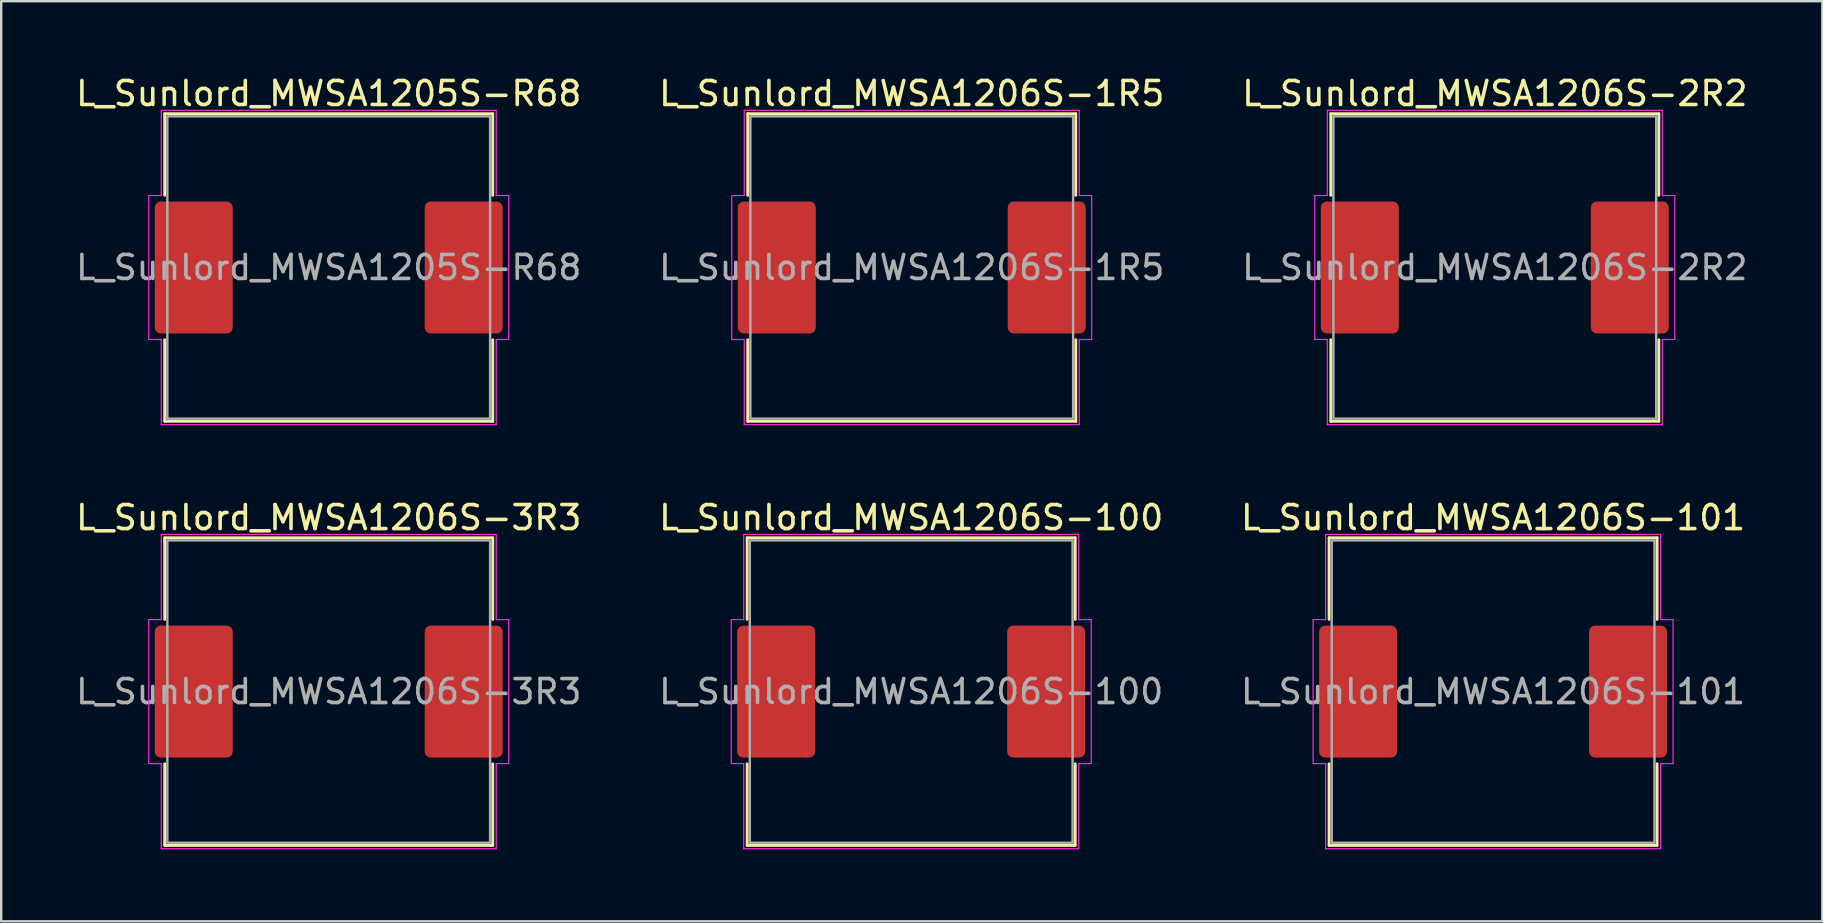
<source format=kicad_pcb>
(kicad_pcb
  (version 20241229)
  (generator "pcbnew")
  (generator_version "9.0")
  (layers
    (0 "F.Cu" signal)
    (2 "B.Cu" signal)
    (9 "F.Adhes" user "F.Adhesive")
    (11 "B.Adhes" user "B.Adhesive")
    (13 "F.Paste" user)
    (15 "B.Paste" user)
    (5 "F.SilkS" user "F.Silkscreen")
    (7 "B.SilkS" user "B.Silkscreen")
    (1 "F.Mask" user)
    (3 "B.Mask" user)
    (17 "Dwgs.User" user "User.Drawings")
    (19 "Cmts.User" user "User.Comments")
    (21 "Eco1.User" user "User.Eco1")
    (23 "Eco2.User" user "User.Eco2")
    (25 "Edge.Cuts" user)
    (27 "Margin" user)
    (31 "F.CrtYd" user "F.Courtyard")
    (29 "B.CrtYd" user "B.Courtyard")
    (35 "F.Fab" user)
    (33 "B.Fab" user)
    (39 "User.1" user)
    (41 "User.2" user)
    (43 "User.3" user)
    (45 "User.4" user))
  (footprint "L_Sunlord_MWSA1206S-1R5"
    (layer "F.Cu")
    (at 34.946 8.098)
    (property "Reference" "L_Sunlord_MWSA1206S-1R5" (at 0 -7.25 0) (layer "F.SilkS") (effects (font (size 1 1) (thickness 0.15))))
    (attr smd)
    (fp_line (start -6.835 -6.41) (end 6.835 -6.41) (stroke (width 0.12) (type solid)) (layer "F.SilkS"))
    (fp_line (start -6.835 -3.01) (end -6.835 -6.41) (stroke (width 0.12) (type solid)) (layer "F.SilkS"))
    (fp_line (start -6.835 6.41) (end -6.835 3.01) (stroke (width 0.12) (type solid)) (layer "F.SilkS"))
    (fp_line (start 6.835 -6.41) (end 6.835 -3.01) (stroke (width 0.12) (type solid)) (layer "F.SilkS"))
    (fp_line (start 6.835 3.01) (end 6.835 6.41) (stroke (width 0.12) (type solid)) (layer "F.SilkS"))
    (fp_line (start 6.835 6.41) (end -6.835 6.41) (stroke (width 0.12) (type solid)) (layer "F.SilkS"))
    (fp_line (start -7.5 -3) (end -6.98 -3) (stroke (width 0.05) (type solid)) (layer "F.CrtYd"))
    (fp_line (start -7.5 3) (end -7.5 -3) (stroke (width 0.05) (type solid)) (layer "F.CrtYd"))
    (fp_line (start -6.98 -6.55) (end 6.98 -6.55) (stroke (width 0.05) (type solid)) (layer "F.CrtYd"))
    (fp_line (start -6.98 -3) (end -6.98 -6.55) (stroke (width 0.05) (type solid)) (layer "F.CrtYd"))
    (fp_line (start -6.98 3) (end -7.5 3) (stroke (width 0.05) (type solid)) (layer "F.CrtYd"))
    (fp_line (start -6.98 6.55) (end -6.98 3) (stroke (width 0.05) (type solid)) (layer "F.CrtYd"))
    (fp_line (start 6.98 -6.55) (end 6.98 -3) (stroke (width 0.05) (type solid)) (layer "F.CrtYd"))
    (fp_line (start 6.98 -3) (end 7.5 -3) (stroke (width 0.05) (type solid)) (layer "F.CrtYd"))
    (fp_line (start 6.98 3) (end 6.98 6.55) (stroke (width 0.05) (type solid)) (layer "F.CrtYd"))
    (fp_line (start 6.98 6.55) (end -6.98 6.55) (stroke (width 0.05) (type solid)) (layer "F.CrtYd"))
    (fp_line (start 7.5 -3) (end 7.5 3) (stroke (width 0.05) (type solid)) (layer "F.CrtYd"))
    (fp_line (start 7.5 3) (end 6.98 3) (stroke (width 0.05) (type solid)) (layer "F.CrtYd"))
    (fp_rect (start -6.725 -6.3) (end 6.725 6.3) (stroke (width 0.1) (type solid)) (fill no) (layer "F.Fab"))
    (fp_text user "${REFERENCE}" (at 0 0 0) (layer "F.Fab") (effects (font (size 1 1) (thickness 0.15))))
    (pad "1" smd roundrect (at -5.625 0) (size 3.25 5.5) (layers "F.Cu" "F.Mask" "F.Paste") (roundrect_rratio 0.077))
    (pad "2" smd roundrect (at 5.625 0) (size 3.25 5.5) (layers "F.Cu" "F.Mask" "F.Paste") (roundrect_rratio 0.077)))
  (footprint "L_Sunlord_MWSA1206S-100"
    (layer "F.Cu")
    (at 34.923 25.771)
    (property "Reference" "L_Sunlord_MWSA1206S-100" (at 0 -7.25 0) (layer "F.SilkS") (effects (font (size 1 1) (thickness 0.15))))
    (attr smd)
    (fp_line (start -6.835 -6.41) (end 6.835 -6.41) (stroke (width 0.12) (type solid)) (layer "F.SilkS"))
    (fp_line (start -6.835 -3.01) (end -6.835 -6.41) (stroke (width 0.12) (type solid)) (layer "F.SilkS"))
    (fp_line (start -6.835 6.41) (end -6.835 3.01) (stroke (width 0.12) (type solid)) (layer "F.SilkS"))
    (fp_line (start 6.835 -6.41) (end 6.835 -3.01) (stroke (width 0.12) (type solid)) (layer "F.SilkS"))
    (fp_line (start 6.835 3.01) (end 6.835 6.41) (stroke (width 0.12) (type solid)) (layer "F.SilkS"))
    (fp_line (start 6.835 6.41) (end -6.835 6.41) (stroke (width 0.12) (type solid)) (layer "F.SilkS"))
    (fp_line (start -7.5 -3) (end -6.98 -3) (stroke (width 0.05) (type solid)) (layer "F.CrtYd"))
    (fp_line (start -7.5 3) (end -7.5 -3) (stroke (width 0.05) (type solid)) (layer "F.CrtYd"))
    (fp_line (start -6.98 -6.55) (end 6.98 -6.55) (stroke (width 0.05) (type solid)) (layer "F.CrtYd"))
    (fp_line (start -6.98 -3) (end -6.98 -6.55) (stroke (width 0.05) (type solid)) (layer "F.CrtYd"))
    (fp_line (start -6.98 3) (end -7.5 3) (stroke (width 0.05) (type solid)) (layer "F.CrtYd"))
    (fp_line (start -6.98 6.55) (end -6.98 3) (stroke (width 0.05) (type solid)) (layer "F.CrtYd"))
    (fp_line (start 6.98 -6.55) (end 6.98 -3) (stroke (width 0.05) (type solid)) (layer "F.CrtYd"))
    (fp_line (start 6.98 -3) (end 7.5 -3) (stroke (width 0.05) (type solid)) (layer "F.CrtYd"))
    (fp_line (start 6.98 3) (end 6.98 6.55) (stroke (width 0.05) (type solid)) (layer "F.CrtYd"))
    (fp_line (start 6.98 6.55) (end -6.98 6.55) (stroke (width 0.05) (type solid)) (layer "F.CrtYd"))
    (fp_line (start 7.5 -3) (end 7.5 3) (stroke (width 0.05) (type solid)) (layer "F.CrtYd"))
    (fp_line (start 7.5 3) (end 6.98 3) (stroke (width 0.05) (type solid)) (layer "F.CrtYd"))
    (fp_rect (start -6.725 -6.3) (end 6.725 6.3) (stroke (width 0.1) (type solid)) (fill no) (layer "F.Fab"))
    (fp_text user "${REFERENCE}" (at 0 0 0) (layer "F.Fab") (effects (font (size 1 1) (thickness 0.15))))
    (pad "1" smd roundrect (at -5.625 0) (size 3.25 5.5) (layers "F.Cu" "F.Mask" "F.Paste") (roundrect_rratio 0.077))
    (pad "2" smd roundrect (at 5.625 0) (size 3.25 5.5) (layers "F.Cu" "F.Mask" "F.Paste") (roundrect_rratio 0.077)))
  (footprint "L_Sunlord_MWSA1206S-101"
    (layer "F.Cu")
    (at 59.173 25.771)
    (property "Reference" "L_Sunlord_MWSA1206S-101" (at 0 -7.25 0) (layer "F.SilkS") (effects (font (size 1 1) (thickness 0.15))))
    (attr smd)
    (fp_line (start -6.835 -6.41) (end 6.835 -6.41) (stroke (width 0.12) (type solid)) (layer "F.SilkS"))
    (fp_line (start -6.835 -3.01) (end -6.835 -6.41) (stroke (width 0.12) (type solid)) (layer "F.SilkS"))
    (fp_line (start -6.835 6.41) (end -6.835 3.01) (stroke (width 0.12) (type solid)) (layer "F.SilkS"))
    (fp_line (start 6.835 -6.41) (end 6.835 -3.01) (stroke (width 0.12) (type solid)) (layer "F.SilkS"))
    (fp_line (start 6.835 3.01) (end 6.835 6.41) (stroke (width 0.12) (type solid)) (layer "F.SilkS"))
    (fp_line (start 6.835 6.41) (end -6.835 6.41) (stroke (width 0.12) (type solid)) (layer "F.SilkS"))
    (fp_line (start -7.5 -3) (end -6.98 -3) (stroke (width 0.05) (type solid)) (layer "F.CrtYd"))
    (fp_line (start -7.5 3) (end -7.5 -3) (stroke (width 0.05) (type solid)) (layer "F.CrtYd"))
    (fp_line (start -6.98 -6.55) (end 6.98 -6.55) (stroke (width 0.05) (type solid)) (layer "F.CrtYd"))
    (fp_line (start -6.98 -3) (end -6.98 -6.55) (stroke (width 0.05) (type solid)) (layer "F.CrtYd"))
    (fp_line (start -6.98 3) (end -7.5 3) (stroke (width 0.05) (type solid)) (layer "F.CrtYd"))
    (fp_line (start -6.98 6.55) (end -6.98 3) (stroke (width 0.05) (type solid)) (layer "F.CrtYd"))
    (fp_line (start 6.98 -6.55) (end 6.98 -3) (stroke (width 0.05) (type solid)) (layer "F.CrtYd"))
    (fp_line (start 6.98 -3) (end 7.5 -3) (stroke (width 0.05) (type solid)) (layer "F.CrtYd"))
    (fp_line (start 6.98 3) (end 6.98 6.55) (stroke (width 0.05) (type solid)) (layer "F.CrtYd"))
    (fp_line (start 6.98 6.55) (end -6.98 6.55) (stroke (width 0.05) (type solid)) (layer "F.CrtYd"))
    (fp_line (start 7.5 -3) (end 7.5 3) (stroke (width 0.05) (type solid)) (layer "F.CrtYd"))
    (fp_line (start 7.5 3) (end 6.98 3) (stroke (width 0.05) (type solid)) (layer "F.CrtYd"))
    (fp_rect (start -6.725 -6.3) (end 6.725 6.3) (stroke (width 0.1) (type solid)) (fill no) (layer "F.Fab"))
    (fp_text user "${REFERENCE}" (at 0 0 0) (layer "F.Fab") (effects (font (size 1 1) (thickness 0.15))))
    (pad "1" smd roundrect (at -5.625 0) (size 3.25 5.5) (layers "F.Cu" "F.Mask" "F.Paste") (roundrect_rratio 0.077))
    (pad "2" smd roundrect (at 5.625 0) (size 3.25 5.5) (layers "F.Cu" "F.Mask" "F.Paste") (roundrect_rratio 0.077)))
  (footprint "L_Sunlord_MWSA1206S-2R2"
    (layer "F.Cu")
    (at 59.244 8.098)
    (property "Reference" "L_Sunlord_MWSA1206S-2R2" (at 0 -7.25 0) (layer "F.SilkS") (effects (font (size 1 1) (thickness 0.15))))
    (attr smd)
    (fp_line (start -6.835 -6.41) (end 6.835 -6.41) (stroke (width 0.12) (type solid)) (layer "F.SilkS"))
    (fp_line (start -6.835 -3.01) (end -6.835 -6.41) (stroke (width 0.12) (type solid)) (layer "F.SilkS"))
    (fp_line (start -6.835 6.41) (end -6.835 3.01) (stroke (width 0.12) (type solid)) (layer "F.SilkS"))
    (fp_line (start 6.835 -6.41) (end 6.835 -3.01) (stroke (width 0.12) (type solid)) (layer "F.SilkS"))
    (fp_line (start 6.835 3.01) (end 6.835 6.41) (stroke (width 0.12) (type solid)) (layer "F.SilkS"))
    (fp_line (start 6.835 6.41) (end -6.835 6.41) (stroke (width 0.12) (type solid)) (layer "F.SilkS"))
    (fp_line (start -7.5 -3) (end -6.98 -3) (stroke (width 0.05) (type solid)) (layer "F.CrtYd"))
    (fp_line (start -7.5 3) (end -7.5 -3) (stroke (width 0.05) (type solid)) (layer "F.CrtYd"))
    (fp_line (start -6.98 -6.55) (end 6.98 -6.55) (stroke (width 0.05) (type solid)) (layer "F.CrtYd"))
    (fp_line (start -6.98 -3) (end -6.98 -6.55) (stroke (width 0.05) (type solid)) (layer "F.CrtYd"))
    (fp_line (start -6.98 3) (end -7.5 3) (stroke (width 0.05) (type solid)) (layer "F.CrtYd"))
    (fp_line (start -6.98 6.55) (end -6.98 3) (stroke (width 0.05) (type solid)) (layer "F.CrtYd"))
    (fp_line (start 6.98 -6.55) (end 6.98 -3) (stroke (width 0.05) (type solid)) (layer "F.CrtYd"))
    (fp_line (start 6.98 -3) (end 7.5 -3) (stroke (width 0.05) (type solid)) (layer "F.CrtYd"))
    (fp_line (start 6.98 3) (end 6.98 6.55) (stroke (width 0.05) (type solid)) (layer "F.CrtYd"))
    (fp_line (start 6.98 6.55) (end -6.98 6.55) (stroke (width 0.05) (type solid)) (layer "F.CrtYd"))
    (fp_line (start 7.5 -3) (end 7.5 3) (stroke (width 0.05) (type solid)) (layer "F.CrtYd"))
    (fp_line (start 7.5 3) (end 6.98 3) (stroke (width 0.05) (type solid)) (layer "F.CrtYd"))
    (fp_rect (start -6.725 -6.3) (end 6.725 6.3) (stroke (width 0.1) (type solid)) (fill no) (layer "F.Fab"))
    (fp_text user "${REFERENCE}" (at 0 0 0) (layer "F.Fab") (effects (font (size 1 1) (thickness 0.15))))
    (pad "1" smd roundrect (at -5.625 0) (size 3.25 5.5) (layers "F.Cu" "F.Mask" "F.Paste") (roundrect_rratio 0.077))
    (pad "2" smd roundrect (at 5.625 0) (size 3.25 5.5) (layers "F.Cu" "F.Mask" "F.Paste") (roundrect_rratio 0.077)))
  (footprint "L_Sunlord_MWSA1205S-R68"
    (layer "F.Cu")
    (at 10.649 8.098)
    (property "Reference" "L_Sunlord_MWSA1205S-R68" (at 0 -7.25 0) (layer "F.SilkS") (effects (font (size 1 1) (thickness 0.15))))
    (attr smd)
    (fp_line (start -6.835 -6.41) (end 6.835 -6.41) (stroke (width 0.12) (type solid)) (layer "F.SilkS"))
    (fp_line (start -6.835 -3.01) (end -6.835 -6.41) (stroke (width 0.12) (type solid)) (layer "F.SilkS"))
    (fp_line (start -6.835 6.41) (end -6.835 3.01) (stroke (width 0.12) (type solid)) (layer "F.SilkS"))
    (fp_line (start 6.835 -6.41) (end 6.835 -3.01) (stroke (width 0.12) (type solid)) (layer "F.SilkS"))
    (fp_line (start 6.835 3.01) (end 6.835 6.41) (stroke (width 0.12) (type solid)) (layer "F.SilkS"))
    (fp_line (start 6.835 6.41) (end -6.835 6.41) (stroke (width 0.12) (type solid)) (layer "F.SilkS"))
    (fp_line (start -7.5 -3) (end -6.98 -3) (stroke (width 0.05) (type solid)) (layer "F.CrtYd"))
    (fp_line (start -7.5 3) (end -7.5 -3) (stroke (width 0.05) (type solid)) (layer "F.CrtYd"))
    (fp_line (start -6.98 -6.55) (end 6.98 -6.55) (stroke (width 0.05) (type solid)) (layer "F.CrtYd"))
    (fp_line (start -6.98 -3) (end -6.98 -6.55) (stroke (width 0.05) (type solid)) (layer "F.CrtYd"))
    (fp_line (start -6.98 3) (end -7.5 3) (stroke (width 0.05) (type solid)) (layer "F.CrtYd"))
    (fp_line (start -6.98 6.55) (end -6.98 3) (stroke (width 0.05) (type solid)) (layer "F.CrtYd"))
    (fp_line (start 6.98 -6.55) (end 6.98 -3) (stroke (width 0.05) (type solid)) (layer "F.CrtYd"))
    (fp_line (start 6.98 -3) (end 7.5 -3) (stroke (width 0.05) (type solid)) (layer "F.CrtYd"))
    (fp_line (start 6.98 3) (end 6.98 6.55) (stroke (width 0.05) (type solid)) (layer "F.CrtYd"))
    (fp_line (start 6.98 6.55) (end -6.98 6.55) (stroke (width 0.05) (type solid)) (layer "F.CrtYd"))
    (fp_line (start 7.5 -3) (end 7.5 3) (stroke (width 0.05) (type solid)) (layer "F.CrtYd"))
    (fp_line (start 7.5 3) (end 6.98 3) (stroke (width 0.05) (type solid)) (layer "F.CrtYd"))
    (fp_rect (start -6.725 -6.3) (end 6.725 6.3) (stroke (width 0.1) (type solid)) (fill no) (layer "F.Fab"))
    (fp_text user "${REFERENCE}" (at 0 0 0) (layer "F.Fab") (effects (font (size 1 1) (thickness 0.15))))
    (pad "1" smd roundrect (at -5.625 0) (size 3.25 5.5) (layers "F.Cu" "F.Mask" "F.Paste") (roundrect_rratio 0.077))
    (pad "2" smd roundrect (at 5.625 0) (size 3.25 5.5) (layers "F.Cu" "F.Mask" "F.Paste") (roundrect_rratio 0.077)))
  (footprint "L_Sunlord_MWSA1206S-3R3"
    (layer "F.Cu")
    (at 10.649 25.771)
    (property "Reference" "L_Sunlord_MWSA1206S-3R3" (at 0 -7.25 0) (layer "F.SilkS") (effects (font (size 1 1) (thickness 0.15))))
    (attr smd)
    (fp_line (start -6.835 -6.41) (end 6.835 -6.41) (stroke (width 0.12) (type solid)) (layer "F.SilkS"))
    (fp_line (start -6.835 -3.01) (end -6.835 -6.41) (stroke (width 0.12) (type solid)) (layer "F.SilkS"))
    (fp_line (start -6.835 6.41) (end -6.835 3.01) (stroke (width 0.12) (type solid)) (layer "F.SilkS"))
    (fp_line (start 6.835 -6.41) (end 6.835 -3.01) (stroke (width 0.12) (type solid)) (layer "F.SilkS"))
    (fp_line (start 6.835 3.01) (end 6.835 6.41) (stroke (width 0.12) (type solid)) (layer "F.SilkS"))
    (fp_line (start 6.835 6.41) (end -6.835 6.41) (stroke (width 0.12) (type solid)) (layer "F.SilkS"))
    (fp_line (start -7.5 -3) (end -6.98 -3) (stroke (width 0.05) (type solid)) (layer "F.CrtYd"))
    (fp_line (start -7.5 3) (end -7.5 -3) (stroke (width 0.05) (type solid)) (layer "F.CrtYd"))
    (fp_line (start -6.98 -6.55) (end 6.98 -6.55) (stroke (width 0.05) (type solid)) (layer "F.CrtYd"))
    (fp_line (start -6.98 -3) (end -6.98 -6.55) (stroke (width 0.05) (type solid)) (layer "F.CrtYd"))
    (fp_line (start -6.98 3) (end -7.5 3) (stroke (width 0.05) (type solid)) (layer "F.CrtYd"))
    (fp_line (start -6.98 6.55) (end -6.98 3) (stroke (width 0.05) (type solid)) (layer "F.CrtYd"))
    (fp_line (start 6.98 -6.55) (end 6.98 -3) (stroke (width 0.05) (type solid)) (layer "F.CrtYd"))
    (fp_line (start 6.98 -3) (end 7.5 -3) (stroke (width 0.05) (type solid)) (layer "F.CrtYd"))
    (fp_line (start 6.98 3) (end 6.98 6.55) (stroke (width 0.05) (type solid)) (layer "F.CrtYd"))
    (fp_line (start 6.98 6.55) (end -6.98 6.55) (stroke (width 0.05) (type solid)) (layer "F.CrtYd"))
    (fp_line (start 7.5 -3) (end 7.5 3) (stroke (width 0.05) (type solid)) (layer "F.CrtYd"))
    (fp_line (start 7.5 3) (end 6.98 3) (stroke (width 0.05) (type solid)) (layer "F.CrtYd"))
    (fp_rect (start -6.725 -6.3) (end 6.725 6.3) (stroke (width 0.1) (type solid)) (fill no) (layer "F.Fab"))
    (fp_text user "${REFERENCE}" (at 0 0 0) (layer "F.Fab") (effects (font (size 1 1) (thickness 0.15))))
    (pad "1" smd roundrect (at -5.625 0) (size 3.25 5.5) (layers "F.Cu" "F.Mask" "F.Paste") (roundrect_rratio 0.077))
    (pad "2" smd roundrect (at 5.625 0) (size 3.25 5.5) (layers "F.Cu" "F.Mask" "F.Paste") (roundrect_rratio 0.077)))
  (gr_rect
    (start -3 -3)
    (end 72.893 35.346)
    (stroke (width 0.1) (type default))
    (fill no)
    (layer "Edge.Cuts")))
</source>
